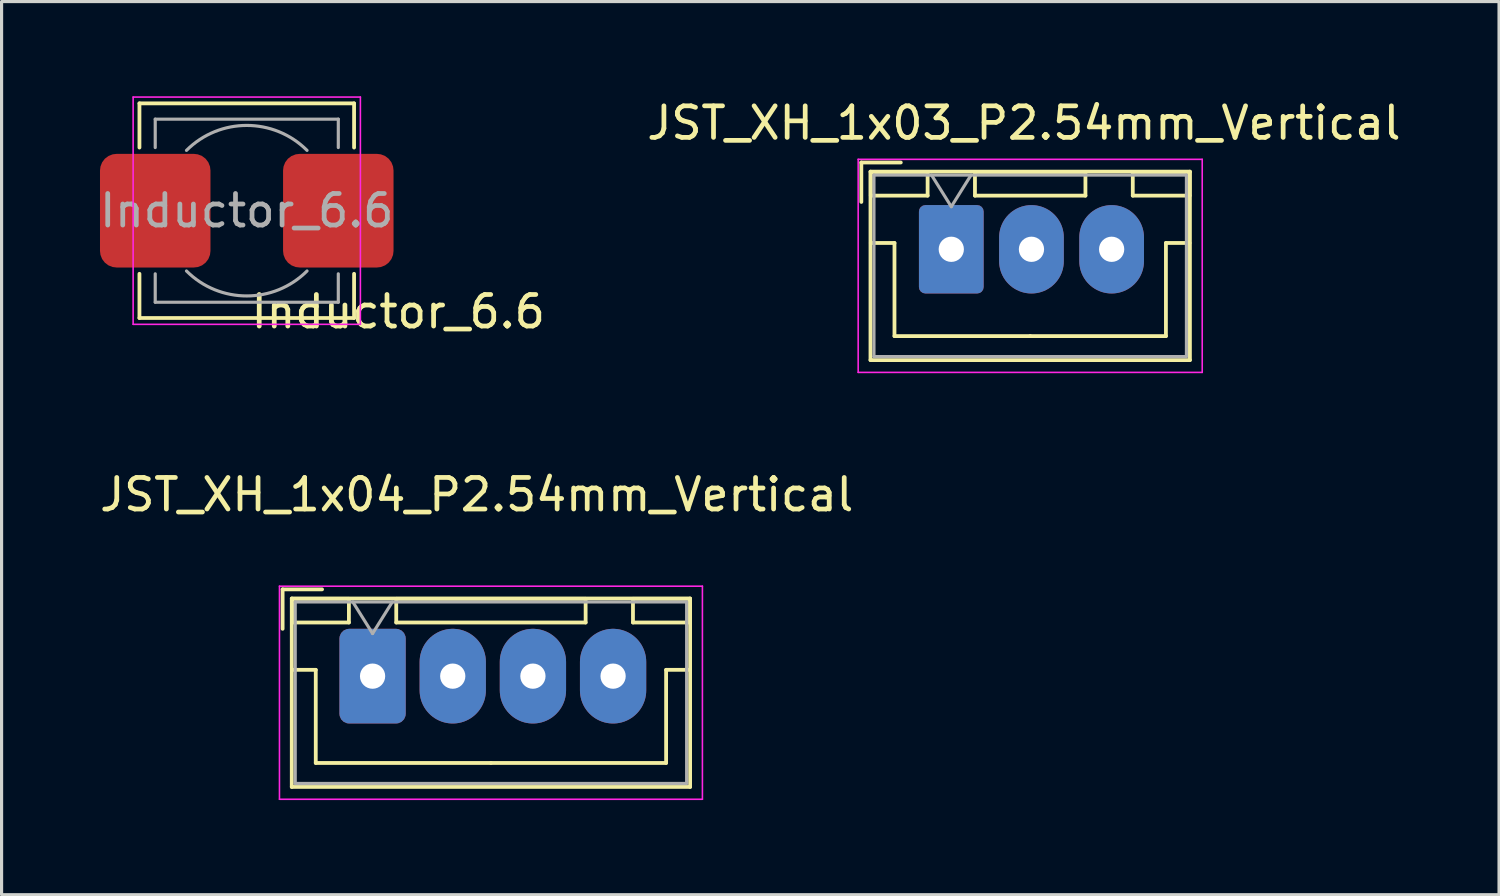
<source format=kicad_pcb>
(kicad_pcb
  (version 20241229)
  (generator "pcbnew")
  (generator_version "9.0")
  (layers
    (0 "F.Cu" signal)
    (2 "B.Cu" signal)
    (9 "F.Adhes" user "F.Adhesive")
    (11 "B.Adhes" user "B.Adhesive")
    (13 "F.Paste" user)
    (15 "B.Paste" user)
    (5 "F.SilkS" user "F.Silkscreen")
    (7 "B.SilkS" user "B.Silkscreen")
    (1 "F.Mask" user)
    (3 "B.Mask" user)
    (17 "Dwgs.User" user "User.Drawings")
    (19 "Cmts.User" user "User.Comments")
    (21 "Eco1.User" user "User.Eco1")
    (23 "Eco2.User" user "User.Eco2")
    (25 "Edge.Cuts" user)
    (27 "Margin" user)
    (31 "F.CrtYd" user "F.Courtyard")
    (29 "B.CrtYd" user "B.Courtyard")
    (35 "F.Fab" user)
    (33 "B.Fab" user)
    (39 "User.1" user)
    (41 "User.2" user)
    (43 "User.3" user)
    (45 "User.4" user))
  (footprint "Inductor_6.6"
    (layer "F.Cu")
    (at 4.768 3.625)
    (property "Reference" "Inductor_6.6" (at 4.8 3.2 0) (layer "F.SilkS") (effects (font (size 1 1) (thickness 0.15))))
    (attr smd)
    (fp_line (start -3.4 -3.4) (end 3.4 -3.4) (stroke (width 0.12) (type solid)) (layer "F.SilkS"))
    (fp_line (start -3.4 -2) (end -3.4 -3.4) (stroke (width 0.12) (type solid)) (layer "F.SilkS"))
    (fp_line (start -3.4 3.4) (end -3.4 2) (stroke (width 0.12) (type solid)) (layer "F.SilkS"))
    (fp_line (start 3.4 -3.4) (end 3.4 -2) (stroke (width 0.12) (type solid)) (layer "F.SilkS"))
    (fp_line (start 3.4 2) (end 3.4 3.4) (stroke (width 0.12) (type solid)) (layer "F.SilkS"))
    (fp_line (start 3.4 3.4) (end -3.4 3.4) (stroke (width 0.12) (type solid)) (layer "F.SilkS"))
    (fp_line (start -3.6 -3.6) (end -3.6 3.6) (stroke (width 0.05) (type solid)) (layer "F.CrtYd"))
    (fp_line (start -3.6 3.6) (end 3.6 3.6) (stroke (width 0.05) (type solid)) (layer "F.CrtYd"))
    (fp_line (start 3.6 -3.6) (end -3.6 -3.6) (stroke (width 0.05) (type solid)) (layer "F.CrtYd"))
    (fp_line (start 3.6 3.6) (end 3.6 -3.6) (stroke (width 0.05) (type solid)) (layer "F.CrtYd"))
    (fp_line (start -2.9 -2.9) (end -2.9 -2) (stroke (width 0.1) (type solid)) (layer "F.Fab"))
    (fp_line (start -2.9 -2.9) (end 2.9 -2.9) (stroke (width 0.1) (type solid)) (layer "F.Fab"))
    (fp_line (start -2.9 2.9) (end -2.9 2) (stroke (width 0.1) (type solid)) (layer "F.Fab"))
    (fp_line (start -2.9 2.9) (end 2.9 2.9) (stroke (width 0.1) (type solid)) (layer "F.Fab"))
    (fp_line (start 2.9 -2.9) (end 2.9 -2) (stroke (width 0.1) (type solid)) (layer "F.Fab"))
    (fp_line (start 2.9 2.9) (end 2.9 2) (stroke (width 0.1) (type solid)) (layer "F.Fab"))
    (fp_arc (start -1.91 -1.91) (mid 0 -2.701148) (end 1.91 -1.91) (stroke (width 0.1) (type solid)) (layer "F.Fab"))
    (fp_arc (start 1.91 1.91) (mid 0 2.701148) (end -1.91 1.91) (stroke (width 0.1) (type solid)) (layer "F.Fab"))
    (fp_text user "${REFERENCE}" (at 0 0 180) (layer "F.Fab") (effects (font (size 1 1) (thickness 0.15))))
    (pad "1" smd roundrect (at -2.9 0) (size 3.5 3.6) (layers "F.Cu" "F.Mask" "F.Paste") (roundrect_rratio 0.15))
    (pad "2" smd roundrect (at 2.9 0) (size 3.5 3.6) (layers "F.Cu" "F.Mask" "F.Paste") (roundrect_rratio 0.15)))
  (footprint "JST_XH_1x04_P2.54mm_Vertical"
    (layer "F.Cu")
    (at 8.754 18.372)
    (property "Reference" "JST_XH_1x04_P2.54mm_Vertical" (at 3.3 -5.75 180) (layer "F.SilkS") (effects (font (size 1 1) (thickness 0.15))))
    (attr through_hole)
    (fp_line (start -2.85 -2.75) (end -2.85 -1.5) (stroke (width 0.12) (type solid)) (layer "F.SilkS"))
    (fp_line (start -2.56 -2.46) (end -2.56 3.51) (stroke (width 0.12) (type solid)) (layer "F.SilkS"))
    (fp_line (start -2.56 3.51) (end 10.06 3.51) (stroke (width 0.12) (type solid)) (layer "F.SilkS"))
    (fp_line (start -2.55 -2.45) (end -2.55 -1.7) (stroke (width 0.12) (type solid)) (layer "F.SilkS"))
    (fp_line (start -2.55 -1.7) (end -0.75 -1.7) (stroke (width 0.12) (type solid)) (layer "F.SilkS"))
    (fp_line (start -2.55 -0.2) (end -1.8 -0.2) (stroke (width 0.12) (type solid)) (layer "F.SilkS"))
    (fp_line (start -1.8 -0.2) (end -1.8 2.75) (stroke (width 0.12) (type solid)) (layer "F.SilkS"))
    (fp_line (start -1.8 2.75) (end 3.75 2.75) (stroke (width 0.12) (type solid)) (layer "F.SilkS"))
    (fp_line (start -1.6 -2.75) (end -2.85 -2.75) (stroke (width 0.12) (type solid)) (layer "F.SilkS"))
    (fp_line (start -0.75 -2.45) (end -2.55 -2.45) (stroke (width 0.12) (type solid)) (layer "F.SilkS"))
    (fp_line (start -0.75 -1.7) (end -0.75 -2.45) (stroke (width 0.12) (type solid)) (layer "F.SilkS"))
    (fp_line (start 0.75 -2.45) (end 0.75 -1.7) (stroke (width 0.12) (type solid)) (layer "F.SilkS"))
    (fp_line (start 0.75 -1.7) (end 6.75 -1.7) (stroke (width 0.12) (type solid)) (layer "F.SilkS"))
    (fp_line (start 6.75 -2.45) (end 0.75 -2.45) (stroke (width 0.12) (type solid)) (layer "F.SilkS"))
    (fp_line (start 6.75 -1.7) (end 6.75 -2.45) (stroke (width 0.12) (type solid)) (layer "F.SilkS"))
    (fp_line (start 8.25 -2.45) (end 8.25 -1.7) (stroke (width 0.12) (type solid)) (layer "F.SilkS"))
    (fp_line (start 8.25 -1.7) (end 10.05 -1.7) (stroke (width 0.12) (type solid)) (layer "F.SilkS"))
    (fp_line (start 9.3 -0.2) (end 9.3 2.75) (stroke (width 0.12) (type solid)) (layer "F.SilkS"))
    (fp_line (start 9.3 2.75) (end 3.75 2.75) (stroke (width 0.12) (type solid)) (layer "F.SilkS"))
    (fp_line (start 10.05 -2.45) (end 8.25 -2.45) (stroke (width 0.12) (type solid)) (layer "F.SilkS"))
    (fp_line (start 10.05 -1.7) (end 10.05 -2.45) (stroke (width 0.12) (type solid)) (layer "F.SilkS"))
    (fp_line (start 10.05 -0.2) (end 9.3 -0.2) (stroke (width 0.12) (type solid)) (layer "F.SilkS"))
    (fp_line (start 10.06 -2.46) (end -2.56 -2.46) (stroke (width 0.12) (type solid)) (layer "F.SilkS"))
    (fp_line (start 10.06 3.51) (end 10.06 -2.46) (stroke (width 0.12) (type solid)) (layer "F.SilkS"))
    (fp_line (start -2.95 -2.85) (end -2.95 3.9) (stroke (width 0.05) (type solid)) (layer "F.CrtYd"))
    (fp_line (start -2.95 3.9) (end 10.45 3.9) (stroke (width 0.05) (type solid)) (layer "F.CrtYd"))
    (fp_line (start 10.45 -2.85) (end -2.95 -2.85) (stroke (width 0.05) (type solid)) (layer "F.CrtYd"))
    (fp_line (start 10.45 3.9) (end 10.45 -2.85) (stroke (width 0.05) (type solid)) (layer "F.CrtYd"))
    (fp_line (start -2.45 -2.35) (end -2.45 3.4) (stroke (width 0.1) (type solid)) (layer "F.Fab"))
    (fp_line (start -2.45 3.4) (end 9.95 3.4) (stroke (width 0.1) (type solid)) (layer "F.Fab"))
    (fp_line (start -0.625 -2.35) (end 0 -1.35) (stroke (width 0.1) (type solid)) (layer "F.Fab"))
    (fp_line (start 0 -1.35) (end 0.625 -2.35) (stroke (width 0.1) (type solid)) (layer "F.Fab"))
    (fp_line (start 9.95 -2.35) (end -2.45 -2.35) (stroke (width 0.1) (type solid)) (layer "F.Fab"))
    (fp_line (start 9.95 3.4) (end 9.95 -2.35) (stroke (width 0.1) (type solid)) (layer "F.Fab"))
    (pad "1" thru_hole roundrect (at 0 0) (size 2.1 3) (drill 0.8) (layers "*.Cu" "*.Mask") (roundrect_rratio 0.147))
    (pad "2" thru_hole oval (at 2.54 0) (size 2.1 3) (drill 0.8) (layers "*.Cu" "*.Mask"))
    (pad "3" thru_hole oval (at 5.08 0) (size 2.1 3) (drill 0.8) (layers "*.Cu" "*.Mask"))
    (pad "4" thru_hole oval (at 7.62 0) (size 2.1 3) (drill 0.8) (layers "*.Cu" "*.Mask")))
  (footprint "JST_XH_1x03_P2.54mm_Vertical"
    (layer "F.Cu")
    (at 27.089 4.848)
    (property "Reference" "JST_XH_1x03_P2.54mm_Vertical" (at 2.3 -4 0) (layer "F.SilkS") (effects (font (size 1 1) (thickness 0.15))))
    (attr through_hole)
    (fp_line (start -2.85 -2.75) (end -2.85 -1.5) (stroke (width 0.12) (type solid)) (layer "F.SilkS"))
    (fp_line (start -2.56 -2.46) (end -2.56 3.51) (stroke (width 0.12) (type solid)) (layer "F.SilkS"))
    (fp_line (start -2.56 3.51) (end 7.56 3.51) (stroke (width 0.12) (type solid)) (layer "F.SilkS"))
    (fp_line (start -2.55 -2.45) (end -2.55 -1.7) (stroke (width 0.12) (type solid)) (layer "F.SilkS"))
    (fp_line (start -2.55 -1.7) (end -0.75 -1.7) (stroke (width 0.12) (type solid)) (layer "F.SilkS"))
    (fp_line (start -2.55 -0.2) (end -1.8 -0.2) (stroke (width 0.12) (type solid)) (layer "F.SilkS"))
    (fp_line (start -1.8 -0.2) (end -1.8 2.75) (stroke (width 0.12) (type solid)) (layer "F.SilkS"))
    (fp_line (start -1.8 2.75) (end 2.5 2.75) (stroke (width 0.12) (type solid)) (layer "F.SilkS"))
    (fp_line (start -1.6 -2.75) (end -2.85 -2.75) (stroke (width 0.12) (type solid)) (layer "F.SilkS"))
    (fp_line (start -0.75 -2.45) (end -2.55 -2.45) (stroke (width 0.12) (type solid)) (layer "F.SilkS"))
    (fp_line (start -0.75 -1.7) (end -0.75 -2.45) (stroke (width 0.12) (type solid)) (layer "F.SilkS"))
    (fp_line (start 0.75 -2.45) (end 0.75 -1.7) (stroke (width 0.12) (type solid)) (layer "F.SilkS"))
    (fp_line (start 0.75 -1.7) (end 4.25 -1.7) (stroke (width 0.12) (type solid)) (layer "F.SilkS"))
    (fp_line (start 4.25 -2.45) (end 0.75 -2.45) (stroke (width 0.12) (type solid)) (layer "F.SilkS"))
    (fp_line (start 4.25 -1.7) (end 4.25 -2.45) (stroke (width 0.12) (type solid)) (layer "F.SilkS"))
    (fp_line (start 5.75 -2.45) (end 5.75 -1.7) (stroke (width 0.12) (type solid)) (layer "F.SilkS"))
    (fp_line (start 5.75 -1.7) (end 7.55 -1.7) (stroke (width 0.12) (type solid)) (layer "F.SilkS"))
    (fp_line (start 6.8 -0.2) (end 6.8 2.75) (stroke (width 0.12) (type solid)) (layer "F.SilkS"))
    (fp_line (start 6.8 2.75) (end 2.5 2.75) (stroke (width 0.12) (type solid)) (layer "F.SilkS"))
    (fp_line (start 7.55 -2.45) (end 5.75 -2.45) (stroke (width 0.12) (type solid)) (layer "F.SilkS"))
    (fp_line (start 7.55 -1.7) (end 7.55 -2.45) (stroke (width 0.12) (type solid)) (layer "F.SilkS"))
    (fp_line (start 7.55 -0.2) (end 6.8 -0.2) (stroke (width 0.12) (type solid)) (layer "F.SilkS"))
    (fp_line (start 7.56 -2.46) (end -2.56 -2.46) (stroke (width 0.12) (type solid)) (layer "F.SilkS"))
    (fp_line (start 7.56 3.51) (end 7.56 -2.46) (stroke (width 0.12) (type solid)) (layer "F.SilkS"))
    (fp_line (start -2.95 -2.85) (end -2.95 3.9) (stroke (width 0.05) (type solid)) (layer "F.CrtYd"))
    (fp_line (start -2.95 3.9) (end 7.95 3.9) (stroke (width 0.05) (type solid)) (layer "F.CrtYd"))
    (fp_line (start 7.95 -2.85) (end -2.95 -2.85) (stroke (width 0.05) (type solid)) (layer "F.CrtYd"))
    (fp_line (start 7.95 3.9) (end 7.95 -2.85) (stroke (width 0.05) (type solid)) (layer "F.CrtYd"))
    (fp_line (start -2.45 -2.35) (end -2.45 3.4) (stroke (width 0.1) (type solid)) (layer "F.Fab"))
    (fp_line (start -2.45 3.4) (end 7.45 3.4) (stroke (width 0.1) (type solid)) (layer "F.Fab"))
    (fp_line (start -0.625 -2.35) (end 0 -1.35) (stroke (width 0.1) (type solid)) (layer "F.Fab"))
    (fp_line (start 0 -1.35) (end 0.625 -2.35) (stroke (width 0.1) (type solid)) (layer "F.Fab"))
    (fp_line (start 7.45 -2.35) (end -2.45 -2.35) (stroke (width 0.1) (type solid)) (layer "F.Fab"))
    (fp_line (start 7.45 3.4) (end 7.45 -2.35) (stroke (width 0.1) (type solid)) (layer "F.Fab"))
    (pad "1" thru_hole roundrect (at 0 0) (size 2.05 2.8) (drill 0.8) (layers "*.Cu" "*.Mask") (roundrect_rratio 0.1))
    (pad "2" thru_hole oval (at 2.54 0) (size 2.05 2.8) (drill 0.8) (layers "*.Cu" "*.Mask"))
    (pad "3" thru_hole oval (at 5.08 0) (size 2.05 2.8) (drill 0.8) (layers "*.Cu" "*.Mask")))
  (gr_rect
    (start -3 -3)
    (end 44.443 25.297)
    (stroke (width 0.1) (type default))
    (fill no)
    (layer "Edge.Cuts")))
</source>
